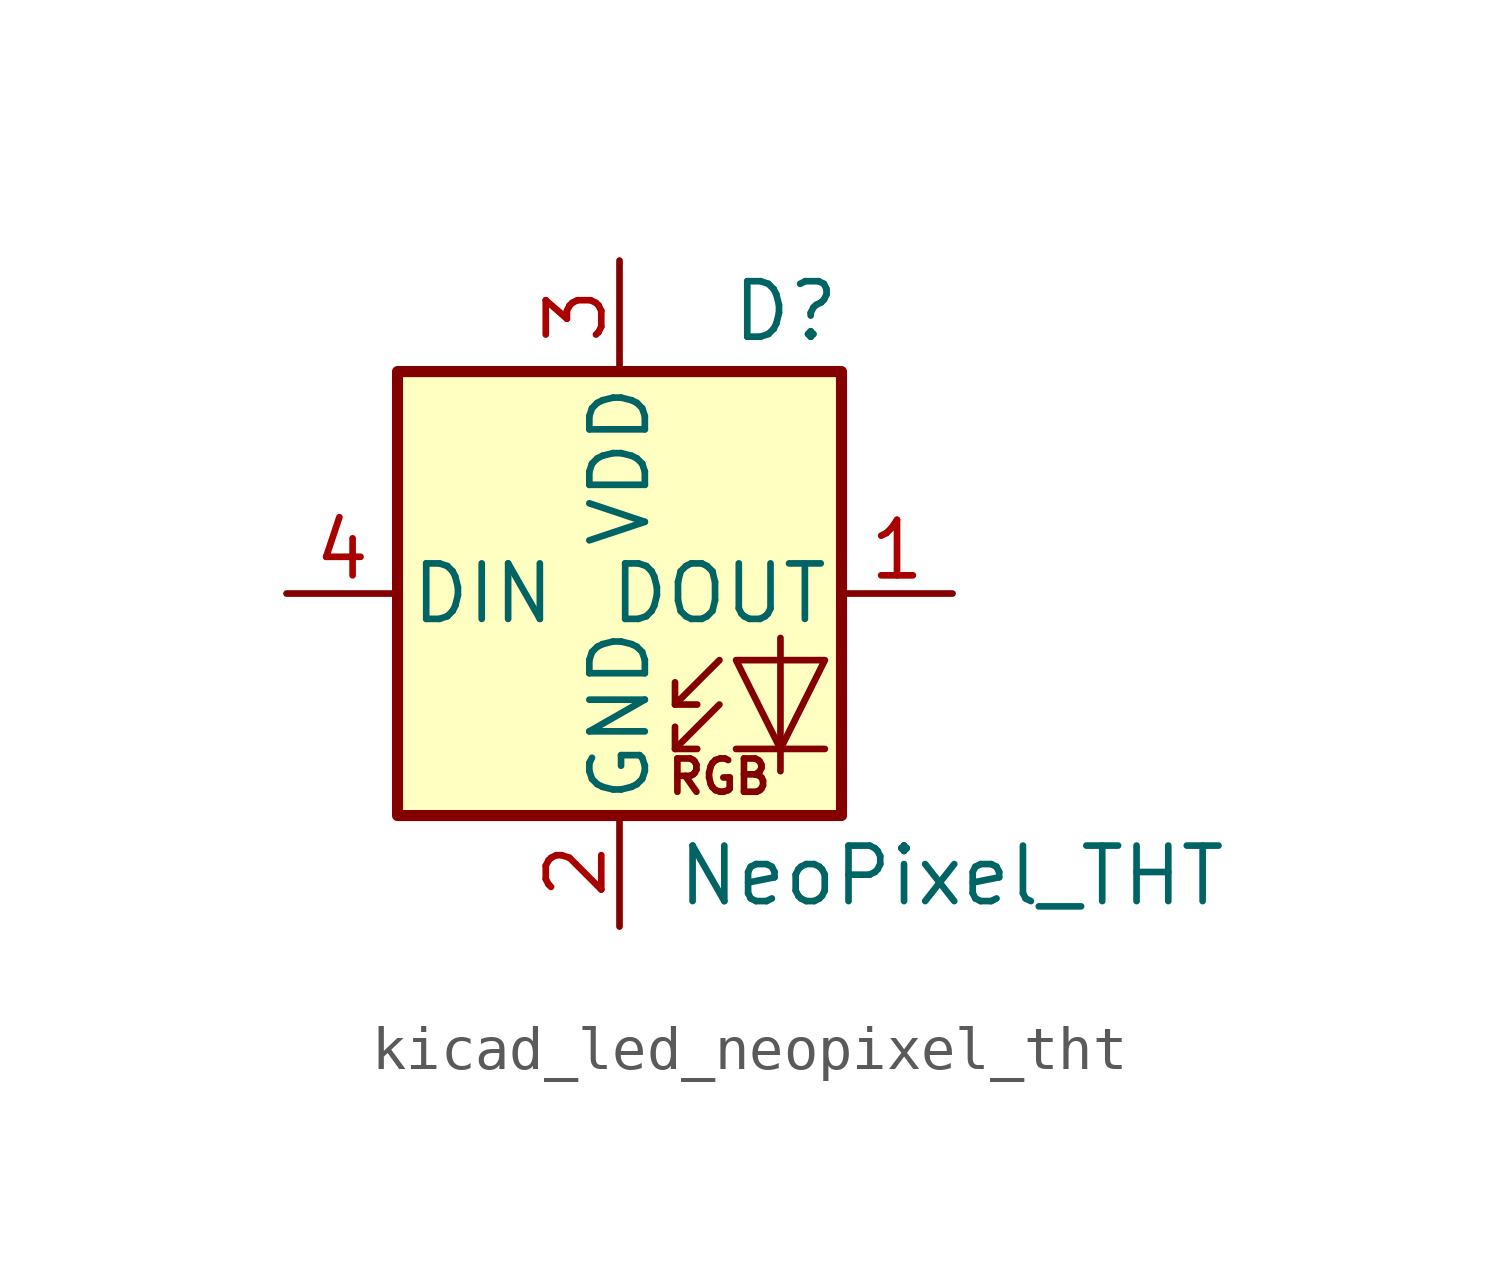
<source format=kicad_sym>
(kicad_symbol_lib
  (version 20220914)
  (generator kicad_symbol_editor)
  (symbol "kicad_led_neopixel_tht"
    (pin_names
      (offset 0.254))
    (property "Reference" "D"
      (at 5.08 5.715 0)
      (effects (font (size 1.27 1.27)) (justify right bottom)))
    (property "Value" "NeoPixel_THT"
      (at 1.27 -5.715 0)
      (effects (font (size 1.27 1.27)) (justify left top)))
    (symbol "kicad_led_neopixel_tht_0_0"
      (text "RGB" (at 2.286 -4.191 0) (effects (font (size 0.762 0.762)))))
    (symbol "kicad_led_neopixel_tht_0_1"
      (polyline (pts (xy 1.27 -3.556) (xy 1.778 -3.556)) (stroke (width 0) (type default)) (fill (type none)))
      (polyline (pts (xy 1.27 -2.54) (xy 1.778 -2.54)) (stroke (width 0) (type default)) (fill (type none)))
      (polyline (pts (xy 4.699 -3.556) (xy 2.667 -3.556)) (stroke (width 0) (type default)) (fill (type none)))
      (polyline (pts (xy 2.286 -2.54) (xy 1.27 -3.556) (xy 1.27 -3.048)) (stroke (width 0) (type default)) (fill (type none)))
      (polyline (pts (xy 2.286 -1.524) (xy 1.27 -2.54) (xy 1.27 -2.032)) (stroke (width 0) (type default)) (fill (type none)))
      (polyline (pts (xy 3.683 -1.016) (xy 3.683 -3.556) (xy 3.683 -4.064)) (stroke (width 0) (type default)) (fill (type none)))
      (polyline (pts (xy 4.699 -1.524) (xy 2.667 -1.524) (xy 3.683 -3.556) (xy 4.699 -1.524)) (stroke (width 0) (type default)) (fill (type none)))
      (rectangle (start 5.08 5.08) (end -5.08 -5.08) (stroke (width 0.254) (type default)) (fill (type background))))
    (symbol "kicad_led_neopixel_tht_1_1"
      (pin output line (at 7.62 0 180) (length 2.54) (name "DOUT" (effects (font (size 1.27 1.27)))) (number "1" (effects (font (size 1.27 1.27)))))
      (pin power_in line (at 0 -7.62 90) (length 2.54) (name "GND" (effects (font (size 1.27 1.27)))) (number "2" (effects (font (size 1.27 1.27)))))
      (pin power_in line (at 0 7.62 270) (length 2.54) (name "VDD" (effects (font (size 1.27 1.27)))) (number "3" (effects (font (size 1.27 1.27)))))
      (pin input line (at -7.62 0 0) (length 2.54) (name "DIN" (effects (font (size 1.27 1.27)))) (number "4" (effects (font (size 1.27 1.27))))))))
</source>
